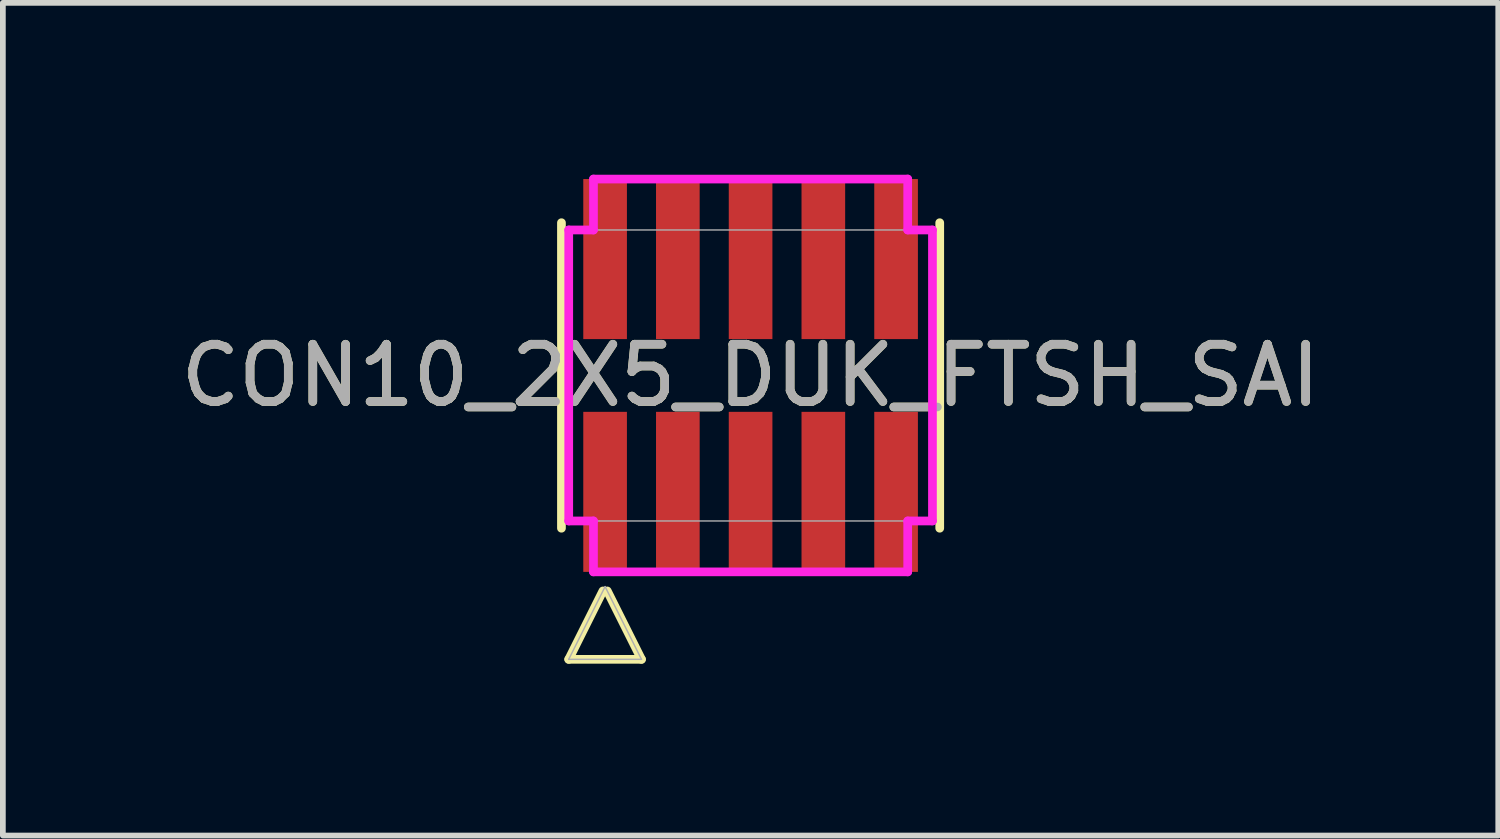
<source format=kicad_pcb>
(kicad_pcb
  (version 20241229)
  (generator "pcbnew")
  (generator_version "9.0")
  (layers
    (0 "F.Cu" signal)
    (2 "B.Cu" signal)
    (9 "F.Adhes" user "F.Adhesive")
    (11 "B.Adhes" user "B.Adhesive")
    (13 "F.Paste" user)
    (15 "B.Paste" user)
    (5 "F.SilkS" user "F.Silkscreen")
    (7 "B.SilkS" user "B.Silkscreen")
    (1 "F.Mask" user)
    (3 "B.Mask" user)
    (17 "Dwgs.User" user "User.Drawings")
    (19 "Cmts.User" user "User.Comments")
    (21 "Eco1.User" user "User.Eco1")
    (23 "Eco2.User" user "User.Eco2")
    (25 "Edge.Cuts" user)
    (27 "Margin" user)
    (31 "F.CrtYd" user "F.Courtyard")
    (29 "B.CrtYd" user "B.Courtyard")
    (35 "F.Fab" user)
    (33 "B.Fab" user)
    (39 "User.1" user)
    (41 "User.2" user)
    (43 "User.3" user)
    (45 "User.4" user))
  (footprint "CON10_2X5_DUK_FTSH_SAI"
    (layer "F.Cu")
    (at 10.054 3.505)
    (property "Reference" "CON10_2X5_DUK_FTSH_SAI" (at 0 0 0) (unlocked yes) (layer "F.SilkS") (effects (font (size 1 1) (thickness 0.15))))
    (attr smd)
    (fp_line (start -3.302 -2.667) (end -3.302 2.667) (stroke (width 0.152) (type solid)) (layer "F.SilkS"))
    (fp_line (start -3.175 4.956) (end -2.578 3.762) (stroke (width 0.152) (type solid)) (layer "F.SilkS"))
    (fp_line (start -2.502 3.762) (end -1.905 4.956) (stroke (width 0.152) (type solid)) (layer "F.SilkS"))
    (fp_line (start -1.905 4.956) (end -3.175 4.956) (stroke (width 0.152) (type solid)) (layer "F.SilkS"))
    (fp_line (start 3.302 2.667) (end 3.302 -2.667) (stroke (width 0.152) (type solid)) (layer "F.SilkS"))
    (fp_line (start -3.175 -2.54) (end -2.743 -2.54) (stroke (width 0.152) (type solid)) (layer "F.CrtYd"))
    (fp_line (start -3.175 2.54) (end -3.175 -2.54) (stroke (width 0.152) (type solid)) (layer "F.CrtYd"))
    (fp_line (start -2.743 -2.54) (end -2.743 -3.429) (stroke (width 0.152) (type solid)) (layer "F.CrtYd"))
    (fp_line (start -2.743 2.54) (end -3.175 2.54) (stroke (width 0.152) (type solid)) (layer "F.CrtYd"))
    (fp_line (start -2.743 3.429) (end -2.743 2.54) (stroke (width 0.152) (type solid)) (layer "F.CrtYd"))
    (fp_line (start -2.743 3.429) (end 2.743 3.429) (stroke (width 0.152) (type solid)) (layer "F.CrtYd"))
    (fp_line (start 2.743 -3.429) (end -2.743 -3.429) (stroke (width 0.152) (type solid)) (layer "F.CrtYd"))
    (fp_line (start 2.743 -3.429) (end 2.743 -2.54) (stroke (width 0.152) (type solid)) (layer "F.CrtYd"))
    (fp_line (start 2.743 -2.54) (end 3.175 -2.54) (stroke (width 0.152) (type solid)) (layer "F.CrtYd"))
    (fp_line (start 2.743 2.54) (end 2.743 3.429) (stroke (width 0.152) (type solid)) (layer "F.CrtYd"))
    (fp_line (start 3.175 -2.54) (end 3.175 2.54) (stroke (width 0.152) (type solid)) (layer "F.CrtYd"))
    (fp_line (start 3.175 2.54) (end 2.743 2.54) (stroke (width 0.152) (type solid)) (layer "F.CrtYd"))
    (fp_line (start -3.175 -2.54) (end -3.175 2.54) (stroke (width 0.025) (type solid)) (layer "F.Fab"))
    (fp_line (start -3.175 2.54) (end 3.175 2.54) (stroke (width 0.025) (type solid)) (layer "F.Fab"))
    (fp_line (start -3.175 4.956) (end -2.54 3.686) (stroke (width 0.025) (type solid)) (layer "F.Fab"))
    (fp_line (start -2.54 3.686) (end -1.905 4.956) (stroke (width 0.025) (type solid)) (layer "F.Fab"))
    (fp_line (start -1.905 4.956) (end -3.175 4.956) (stroke (width 0.025) (type solid)) (layer "F.Fab"))
    (fp_line (start 3.175 -2.54) (end -3.175 -2.54) (stroke (width 0.025) (type solid)) (layer "F.Fab"))
    (fp_line (start 3.175 2.54) (end 3.175 -2.54) (stroke (width 0.025) (type solid)) (layer "F.Fab"))
    (fp_text user "${REFERENCE}" (at 0 0 0) (unlocked yes) (layer "F.Fab") (effects (font (size 1 1) (thickness 0.15))))
    (pad "1" smd rect (at -2.54 2.032) (size 0.762 2.794) (layers "F.Cu" "F.Mask" "F.Paste"))
    (pad "2" smd rect (at -2.54 -2.032) (size 0.762 2.794) (layers "F.Cu" "F.Mask" "F.Paste"))
    (pad "3" smd rect (at -1.27 2.032) (size 0.762 2.794) (layers "F.Cu" "F.Mask" "F.Paste"))
    (pad "4" smd rect (at -1.27 -2.032) (size 0.762 2.794) (layers "F.Cu" "F.Mask" "F.Paste"))
    (pad "5" smd rect (at 0 2.032) (size 0.762 2.794) (layers "F.Cu" "F.Mask" "F.Paste"))
    (pad "6" smd rect (at 0 -2.032) (size 0.762 2.794) (layers "F.Cu" "F.Mask" "F.Paste"))
    (pad "7" smd rect (at 1.27 2.032) (size 0.762 2.794) (layers "F.Cu" "F.Mask" "F.Paste"))
    (pad "8" smd rect (at 1.27 -2.032) (size 0.762 2.794) (layers "F.Cu" "F.Mask" "F.Paste"))
    (pad "9" smd rect (at 2.54 2.032) (size 0.762 2.794) (layers "F.Cu" "F.Mask" "F.Paste"))
    (pad "10" smd rect (at 2.54 -2.032) (size 0.762 2.794) (layers "F.Cu" "F.Mask" "F.Paste")))
  (gr_rect
    (start -3 -3)
    (end 23.107 11.537)
    (stroke (width 0.1) (type default))
    (fill no)
    (layer "Edge.Cuts")))
</source>
